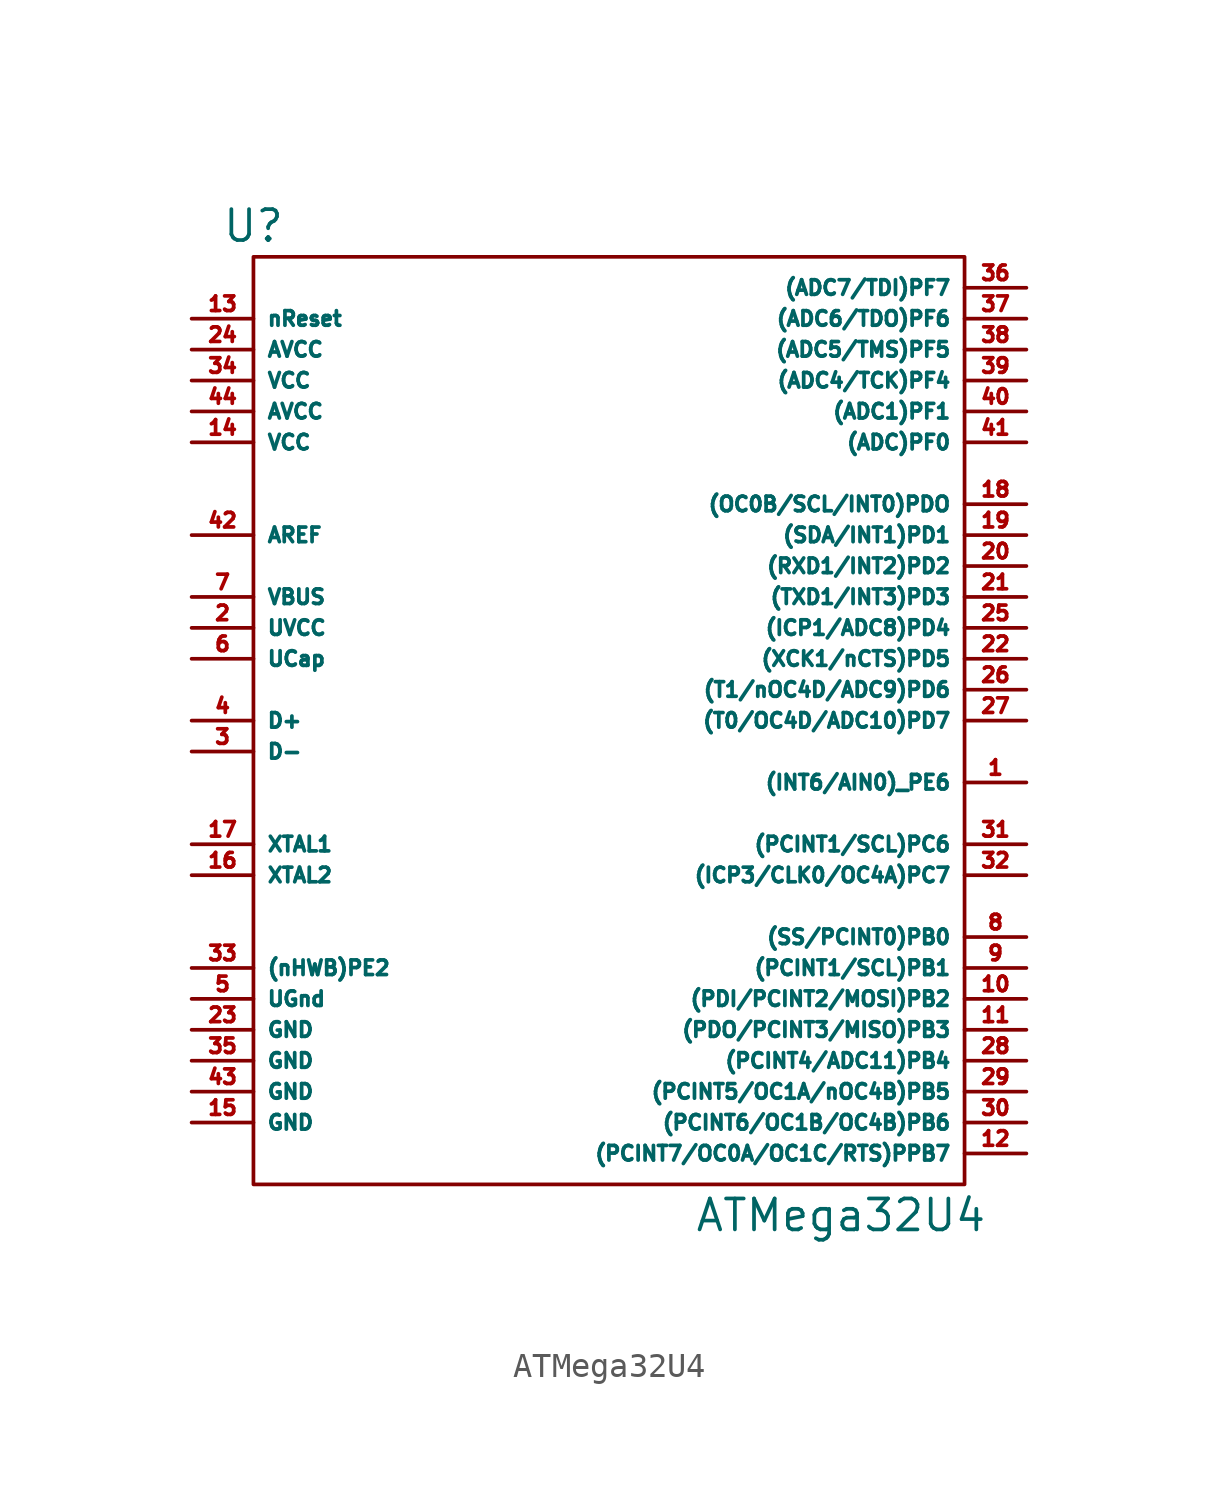
<source format=kicad_sym>
(kicad_symbol_lib
  (version 20211014)
  (generator kicad_symbol_editor)
  (symbol "ATMega32U4"
    (property "Reference" "U"
      (at -2.54 0 0)
      (effects (font (size 1.27 1.27))))
    (property "Value" "ATMega32U4"
      (at 21.59 -40.64 0)
      (effects (font (size 1.27 1.27))))
    (symbol "ATMega32U4_0_1"
      (rectangle (start -2.54 -1.27) (end 26.67 -39.37) (stroke (width 0) (type default) (color 0 0 0 0)) (fill (type none))))
    (symbol "ATMega32U4_1_1"
      (pin bidirectional line (at 29.21 -22.86 180) (length 2.54) (name "(INT6/AIN0)_PE6" (effects (font (size 0.6 0.6)))) (number "1" (effects (font (size 0.6 0.6)))))
      (pin bidirectional line (at 29.21 -31.75 180) (length 2.54) (name "(PDI/PCINT2/MOSI)PB2" (effects (font (size 0.6 0.6)))) (number "10" (effects (font (size 0.6 0.6)))))
      (pin bidirectional line (at 29.21 -33.02 180) (length 2.54) (name "(PDO/PCINT3/MISO)PB3" (effects (font (size 0.6 0.6)))) (number "11" (effects (font (size 0.6 0.6)))))
      (pin bidirectional line (at 29.21 -38.1 180) (length 2.54) (name "(PCINT7/OC0A/OC1C/RTS)PPB7" (effects (font (size 0.6 0.6)))) (number "12" (effects (font (size 0.6 0.6)))))
      (pin bidirectional line (at -5.08 -3.81 0) (length 2.54) (name "nReset" (effects (font (size 0.6 0.6)))) (number "13" (effects (font (size 0.6 0.6)))))
      (pin input line (at -5.08 -8.89 0) (length 2.54) (name "VCC" (effects (font (size 0.6 0.6)))) (number "14" (effects (font (size 0.6 0.6)))))
      (pin input line (at -5.08 -36.83 0) (length 2.54) (name "GND" (effects (font (size 0.6 0.6)))) (number "15" (effects (font (size 0.6 0.6)))))
      (pin bidirectional line (at -5.08 -26.67 0) (length 2.54) (name "XTAL2" (effects (font (size 0.6 0.6)))) (number "16" (effects (font (size 0.6 0.6)))))
      (pin bidirectional line (at -5.08 -25.4 0) (length 2.54) (name "XTAL1" (effects (font (size 0.6 0.6)))) (number "17" (effects (font (size 0.6 0.6)))))
      (pin bidirectional line (at 29.21 -11.43 180) (length 2.54) (name "(OC0B/SCL/INT0)PDO" (effects (font (size 0.6 0.6)))) (number "18" (effects (font (size 0.6 0.6)))))
      (pin bidirectional line (at 29.21 -12.7 180) (length 2.54) (name "(SDA/INT1)PD1" (effects (font (size 0.6 0.6)))) (number "19" (effects (font (size 0.6 0.6)))))
      (pin input line (at -5.08 -16.51 0) (length 2.54) (name "UVCC" (effects (font (size 0.6 0.6)))) (number "2" (effects (font (size 0.6 0.6)))))
      (pin bidirectional line (at 29.21 -13.97 180) (length 2.54) (name "(RXD1/INT2)PD2" (effects (font (size 0.6 0.6)))) (number "20" (effects (font (size 0.6 0.6)))))
      (pin bidirectional line (at 29.21 -15.24 180) (length 2.54) (name "(TXD1/INT3)PD3" (effects (font (size 0.6 0.6)))) (number "21" (effects (font (size 0.6 0.6)))))
      (pin bidirectional line (at 29.21 -17.78 180) (length 2.54) (name "(XCK1/nCTS)PD5" (effects (font (size 0.6 0.6)))) (number "22" (effects (font (size 0.6 0.6)))))
      (pin input line (at -5.08 -33.02 0) (length 2.54) (name "GND" (effects (font (size 0.6 0.6)))) (number "23" (effects (font (size 0.6 0.6)))))
      (pin input line (at -5.08 -5.08 0) (length 2.54) (name "AVCC" (effects (font (size 0.6 0.6)))) (number "24" (effects (font (size 0.6 0.6)))))
      (pin bidirectional line (at 29.21 -16.51 180) (length 2.54) (name "(ICP1/ADC8)PD4" (effects (font (size 0.6 0.6)))) (number "25" (effects (font (size 0.6 0.6)))))
      (pin bidirectional line (at 29.21 -19.05 180) (length 2.54) (name "(T1/nOC4D/ADC9)PD6" (effects (font (size 0.6 0.6)))) (number "26" (effects (font (size 0.6 0.6)))))
      (pin bidirectional line (at 29.21 -20.32 180) (length 2.54) (name "(T0/OC4D/ADC10)PD7" (effects (font (size 0.6 0.6)))) (number "27" (effects (font (size 0.6 0.6)))))
      (pin bidirectional line (at 29.21 -34.29 180) (length 2.54) (name "(PCINT4/ADC11)PB4" (effects (font (size 0.6 0.6)))) (number "28" (effects (font (size 0.6 0.6)))))
      (pin bidirectional line (at 29.21 -35.56 180) (length 2.54) (name "(PCINT5/OC1A/nOC4B)PB5" (effects (font (size 0.6 0.6)))) (number "29" (effects (font (size 0.6 0.6)))))
      (pin input line (at -5.08 -21.59 0) (length 2.54) (name "D-" (effects (font (size 0.6 0.6)))) (number "3" (effects (font (size 0.6 0.6)))))
      (pin bidirectional line (at 29.21 -36.83 180) (length 2.54) (name "(PCINT6/OC1B/OC4B)PB6" (effects (font (size 0.6 0.6)))) (number "30" (effects (font (size 0.6 0.6)))))
      (pin bidirectional line (at 29.21 -25.4 180) (length 2.54) (name "(PCINT1/SCL)PC6" (effects (font (size 0.6 0.6)))) (number "31" (effects (font (size 0.6 0.6)))))
      (pin bidirectional line (at 29.21 -26.67 180) (length 2.54) (name "(ICP3/CLK0/OC4A)PC7" (effects (font (size 0.6 0.6)))) (number "32" (effects (font (size 0.6 0.6)))))
      (pin bidirectional line (at -5.08 -30.48 0) (length 2.54) (name "(nHWB)PE2" (effects (font (size 0.6 0.6)))) (number "33" (effects (font (size 0.6 0.6)))))
      (pin input line (at -5.08 -6.35 0) (length 2.54) (name "VCC" (effects (font (size 0.6 0.6)))) (number "34" (effects (font (size 0.6 0.6)))))
      (pin input line (at -5.08 -34.29 0) (length 2.54) (name "GND" (effects (font (size 0.6 0.6)))) (number "35" (effects (font (size 0.6 0.6)))))
      (pin bidirectional line (at 29.21 -2.54 180) (length 2.54) (name "(ADC7/TDI)PF7" (effects (font (size 0.6 0.6)))) (number "36" (effects (font (size 0.6 0.6)))))
      (pin bidirectional line (at 29.21 -3.81 180) (length 2.54) (name "(ADC6/TDO)PF6" (effects (font (size 0.6 0.6)))) (number "37" (effects (font (size 0.6 0.6)))))
      (pin bidirectional line (at 29.21 -5.08 180) (length 2.54) (name "(ADC5/TMS)PF5" (effects (font (size 0.6 0.6)))) (number "38" (effects (font (size 0.6 0.6)))))
      (pin bidirectional line (at 29.21 -6.35 180) (length 2.54) (name "(ADC4/TCK)PF4" (effects (font (size 0.6 0.6)))) (number "39" (effects (font (size 0.6 0.6)))))
      (pin input line (at -5.08 -20.32 0) (length 2.54) (name "D+" (effects (font (size 0.6 0.6)))) (number "4" (effects (font (size 0.6 0.6)))))
      (pin bidirectional line (at 29.21 -7.62 180) (length 2.54) (name "(ADC1)PF1" (effects (font (size 0.6 0.6)))) (number "40" (effects (font (size 0.6 0.6)))))
      (pin bidirectional line (at 29.21 -8.89 180) (length 2.54) (name "(ADC)PF0" (effects (font (size 0.6 0.6)))) (number "41" (effects (font (size 0.6 0.6)))))
      (pin bidirectional line (at -5.08 -12.7 0) (length 2.54) (name "AREF" (effects (font (size 0.6 0.6)))) (number "42" (effects (font (size 0.6 0.6)))))
      (pin input line (at -5.08 -35.56 0) (length 2.54) (name "GND" (effects (font (size 0.6 0.6)))) (number "43" (effects (font (size 0.6 0.6)))))
      (pin input line (at -5.08 -7.62 0) (length 2.54) (name "AVCC" (effects (font (size 0.6 0.6)))) (number "44" (effects (font (size 0.6 0.6)))))
      (pin input line (at -5.08 -31.75 0) (length 2.54) (name "UGnd" (effects (font (size 0.6 0.6)))) (number "5" (effects (font (size 0.6 0.6)))))
      (pin input line (at -5.08 -17.78 0) (length 2.54) (name "UCap" (effects (font (size 0.6 0.6)))) (number "6" (effects (font (size 0.6 0.6)))))
      (pin input line (at -5.08 -15.24 0) (length 2.54) (name "VBUS" (effects (font (size 0.6 0.6)))) (number "7" (effects (font (size 0.6 0.6)))))
      (pin bidirectional line (at 29.21 -29.21 180) (length 2.54) (name "(SS/PCINT0)PB0" (effects (font (size 0.6 0.6)))) (number "8" (effects (font (size 0.6 0.6)))))
      (pin bidirectional line (at 29.21 -30.48 180) (length 2.54) (name "(PCINT1/SCL)PB1" (effects (font (size 0.6 0.6)))) (number "9" (effects (font (size 0.6 0.6))))))))
</source>
